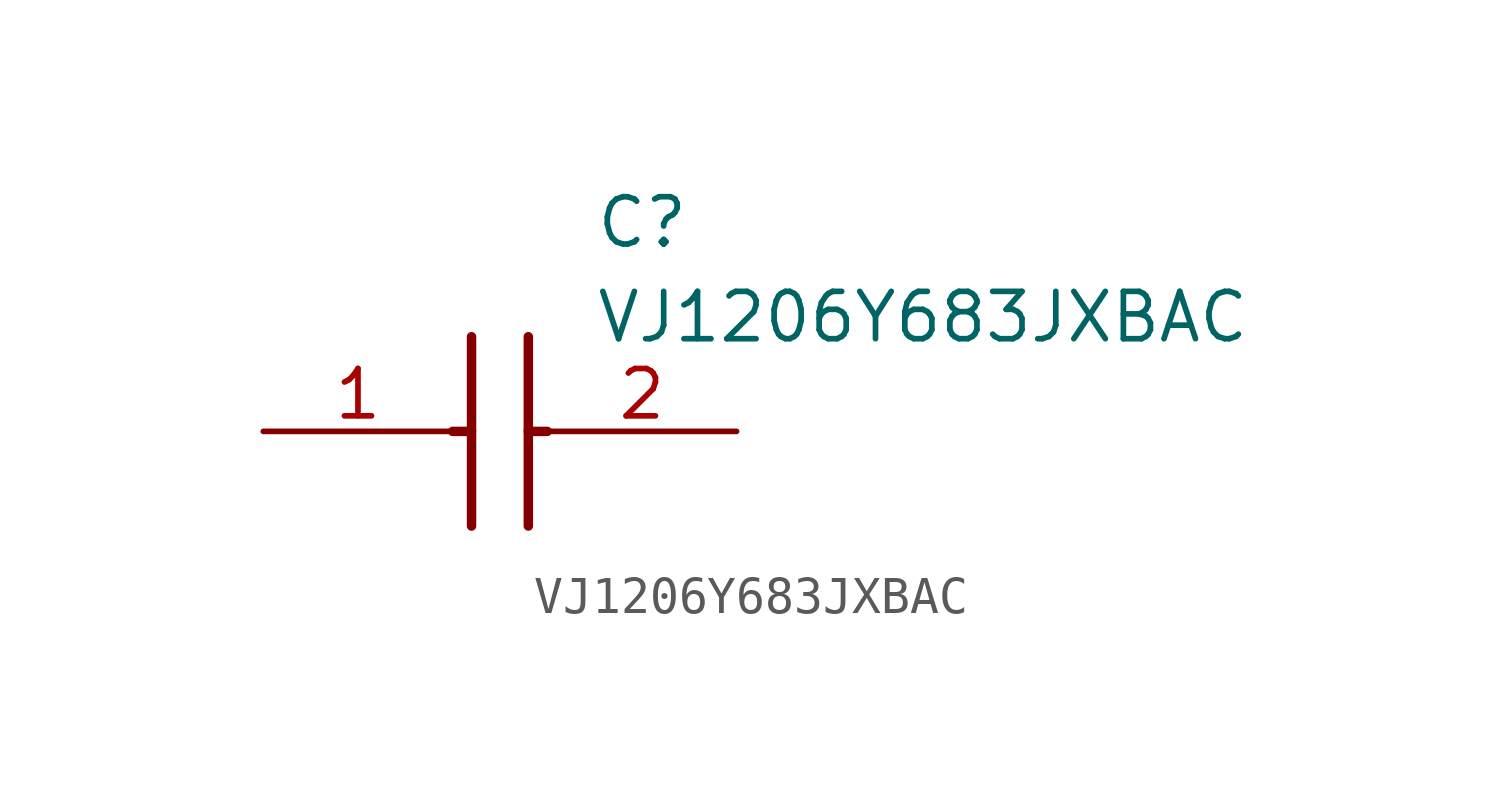
<source format=kicad_sym>
(kicad_symbol_lib
  (version 20211014)
  (generator SamacSys_ECAD_Model)
  (symbol "VJ1206Y683JXBAC"
    (pin_names hide)
    (property "Reference" "C"
      (at 8.89 6.35 0)
      (effects (font (size 1.27 1.27)) (justify left top)))
    (property "Value" "VJ1206Y683JXBAC"
      (at 8.89 3.81 0)
      (effects (font (size 1.27 1.27)) (justify left top)))
    (polyline
      (pts (xy 5.588 2.54) (xy 5.588 -2.54))
      (stroke (width 0.254) (type default))
      (fill (type none)))
    (polyline
      (pts (xy 7.112 2.54) (xy 7.112 -2.54))
      (stroke (width 0.254) (type default))
      (fill (type none)))
    (polyline
      (pts (xy 5.08 0) (xy 5.588 0))
      (stroke (width 0.254) (type default))
      (fill (type none)))
    (polyline
      (pts (xy 7.112 0) (xy 7.62 0))
      (stroke (width 0.254) (type default))
      (fill (type none)))
    (pin passive line
      (at 0 0 0)
      (length 5.08)
      (name "1" (effects (font (size 1.27 1.27))))
      (number "1" (effects (font (size 1.27 1.27)))))
    (pin passive line
      (at 12.7 0 180)
      (length 5.08)
      (name "2" (effects (font (size 1.27 1.27))))
      (number "2" (effects (font (size 1.27 1.27)))))))
</source>
